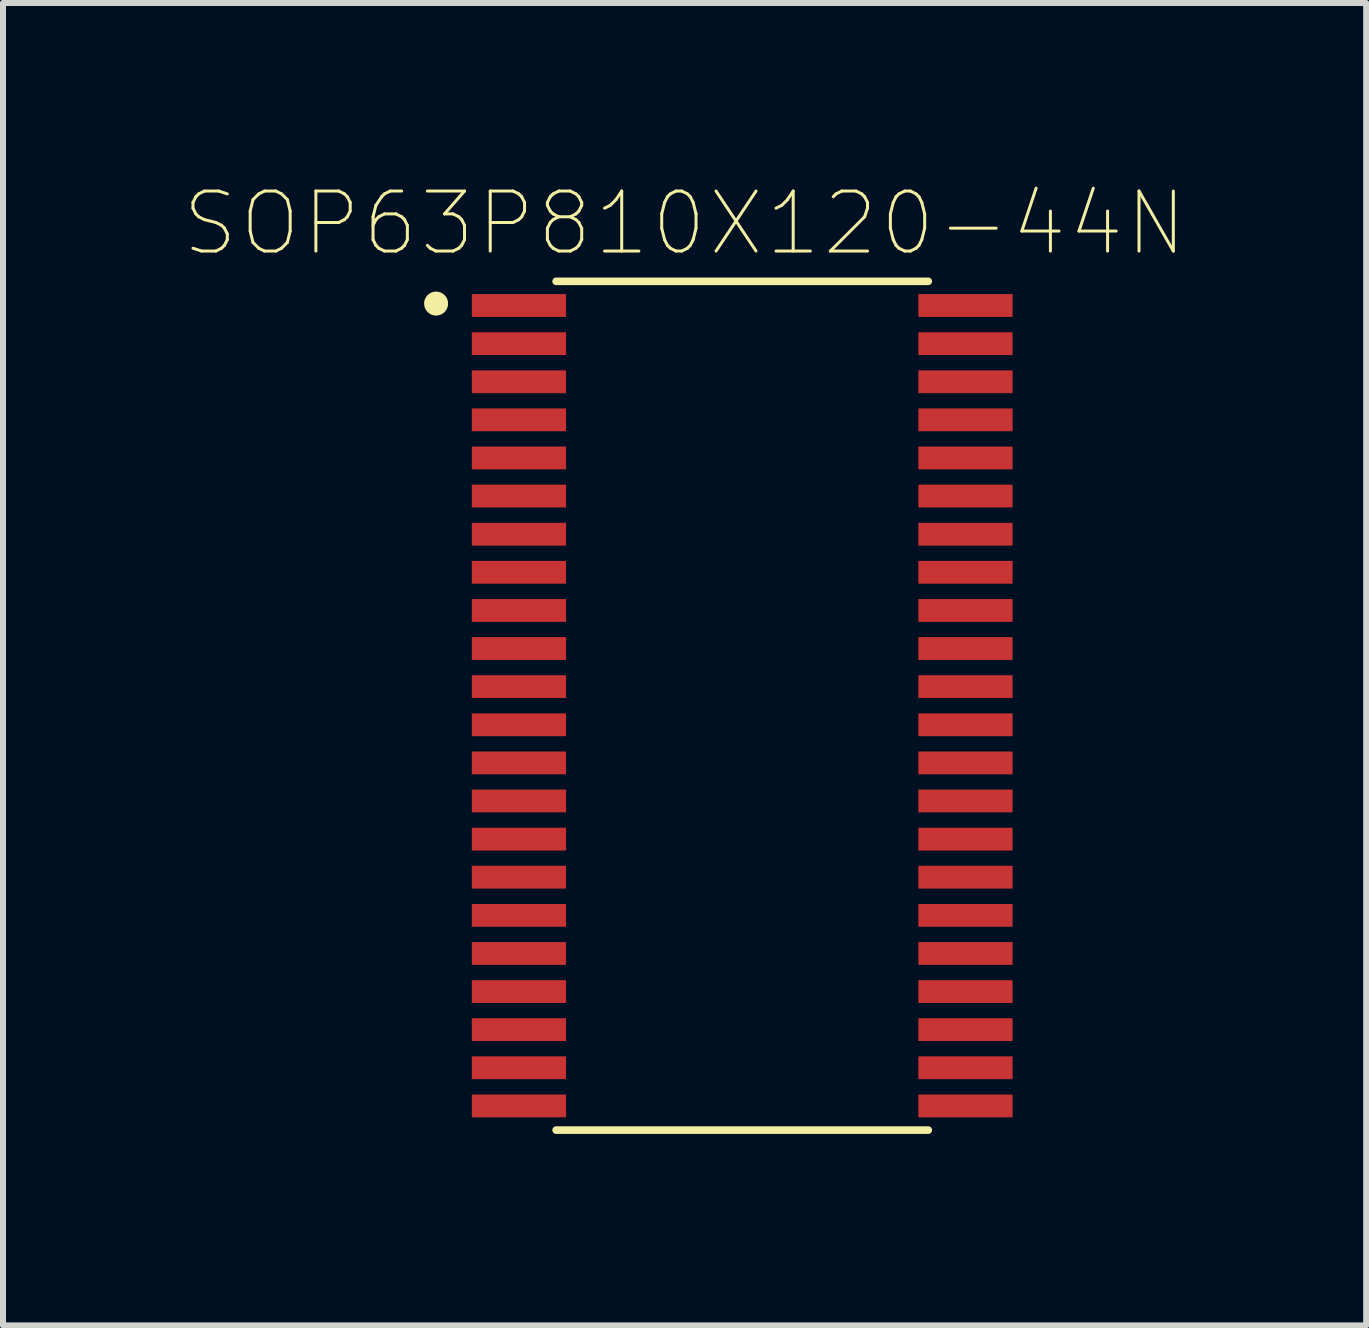
<source format=kicad_pcb>
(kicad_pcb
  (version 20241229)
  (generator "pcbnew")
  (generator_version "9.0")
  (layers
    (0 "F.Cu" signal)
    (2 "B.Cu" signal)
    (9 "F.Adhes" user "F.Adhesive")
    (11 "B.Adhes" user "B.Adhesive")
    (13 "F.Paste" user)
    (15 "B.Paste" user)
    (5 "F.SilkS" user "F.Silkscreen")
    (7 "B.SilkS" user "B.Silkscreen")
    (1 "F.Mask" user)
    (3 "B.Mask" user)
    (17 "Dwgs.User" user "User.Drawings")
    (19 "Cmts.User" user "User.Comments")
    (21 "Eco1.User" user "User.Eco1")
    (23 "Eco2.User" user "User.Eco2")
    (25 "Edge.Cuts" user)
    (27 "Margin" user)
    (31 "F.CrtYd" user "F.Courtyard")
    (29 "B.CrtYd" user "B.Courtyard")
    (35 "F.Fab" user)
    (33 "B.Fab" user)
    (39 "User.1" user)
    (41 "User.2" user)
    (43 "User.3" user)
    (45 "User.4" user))
  (footprint "SOP63P810X120-44N"
    (layer "F.Cu")
    (at 9.316 8.708)
    (property "Reference" "SOP63P810X120-44N" (at -0.96 -8.035 0) (layer "F.SilkS") (effects (font (size 1 1) (thickness 0.05))))
    (attr smd)
    (fp_line (start -3.1 -7.071) (end 3.1 -7.071) (stroke (width 0.127) (type solid)) (layer "F.SilkS"))
    (fp_line (start -3.1 7.071) (end 3.1 7.071) (stroke (width 0.127) (type solid)) (layer "F.SilkS"))
    (fp_circle (center -5.1 -6.7) (end -5 -6.7) (stroke (width 0.2) (type solid)) (fill no) (layer "F.SilkS"))
    (fp_line (start -4.76 -7.11) (end -3.35 -7.11) (stroke (width 0.05) (type solid)) (layer "Eco1.User"))
    (fp_line (start -4.76 7.11) (end -4.76 -7.11) (stroke (width 0.05) (type solid)) (layer "Eco1.User"))
    (fp_line (start -3.35 -7.3) (end 3.35 -7.3) (stroke (width 0.05) (type solid)) (layer "Eco1.User"))
    (fp_line (start -3.35 -7.11) (end -3.35 -7.3) (stroke (width 0.05) (type solid)) (layer "Eco1.User"))
    (fp_line (start -3.35 7.11) (end -4.76 7.11) (stroke (width 0.05) (type solid)) (layer "Eco1.User"))
    (fp_line (start -3.35 7.3) (end -3.35 7.11) (stroke (width 0.05) (type solid)) (layer "Eco1.User"))
    (fp_line (start 3.35 -7.3) (end 3.35 -7.11) (stroke (width 0.05) (type solid)) (layer "Eco1.User"))
    (fp_line (start 3.35 -7.11) (end 4.76 -7.11) (stroke (width 0.05) (type solid)) (layer "Eco1.User"))
    (fp_line (start 3.35 7.11) (end 3.35 7.3) (stroke (width 0.05) (type solid)) (layer "Eco1.User"))
    (fp_line (start 3.35 7.3) (end -3.35 7.3) (stroke (width 0.05) (type solid)) (layer "Eco1.User"))
    (fp_line (start 4.76 -7.11) (end 4.76 7.11) (stroke (width 0.05) (type solid)) (layer "Eco1.User"))
    (fp_line (start 4.76 7.11) (end 3.35 7.11) (stroke (width 0.05) (type solid)) (layer "Eco1.User"))
    (fp_line (start -3.1 -7.05) (end 3.1 -7.05) (stroke (width 0.127) (type solid)) (layer "Eco2.User"))
    (fp_line (start -3.1 7.05) (end -3.1 -7.05) (stroke (width 0.127) (type solid)) (layer "Eco2.User"))
    (fp_line (start 3.1 -7.05) (end 3.1 7.05) (stroke (width 0.127) (type solid)) (layer "Eco2.User"))
    (fp_line (start 3.1 7.05) (end -3.1 7.05) (stroke (width 0.127) (type solid)) (layer "Eco2.User"))
    (fp_circle (center -5.1 -6.7) (end -5 -6.7) (stroke (width 0.2) (type solid)) (fill no) (layer "Eco2.User"))
    (pad "1" smd rect (at -3.72 -6.668) (size 1.57 0.38) (layers "F.Cu" "F.Mask" "F.Paste"))
    (pad "2" smd rect (at -3.72 -6.032) (size 1.57 0.38) (layers "F.Cu" "F.Mask" "F.Paste"))
    (pad "3" smd rect (at -3.72 -5.397) (size 1.57 0.38) (layers "F.Cu" "F.Mask" "F.Paste"))
    (pad "4" smd rect (at -3.72 -4.763) (size 1.57 0.38) (layers "F.Cu" "F.Mask" "F.Paste"))
    (pad "5" smd rect (at -3.72 -4.128) (size 1.57 0.38) (layers "F.Cu" "F.Mask" "F.Paste"))
    (pad "6" smd rect (at -3.72 -3.493) (size 1.57 0.38) (layers "F.Cu" "F.Mask" "F.Paste"))
    (pad "7" smd rect (at -3.72 -2.857) (size 1.57 0.38) (layers "F.Cu" "F.Mask" "F.Paste"))
    (pad "8" smd rect (at -3.72 -2.223) (size 1.57 0.38) (layers "F.Cu" "F.Mask" "F.Paste"))
    (pad "9" smd rect (at -3.72 -1.587) (size 1.57 0.38) (layers "F.Cu" "F.Mask" "F.Paste"))
    (pad "10" smd rect (at -3.72 -0.953) (size 1.57 0.38) (layers "F.Cu" "F.Mask" "F.Paste"))
    (pad "11" smd rect (at -3.72 -0.318) (size 1.57 0.38) (layers "F.Cu" "F.Mask" "F.Paste"))
    (pad "12" smd rect (at -3.72 0.318) (size 1.57 0.38) (layers "F.Cu" "F.Mask" "F.Paste"))
    (pad "13" smd rect (at -3.72 0.953) (size 1.57 0.38) (layers "F.Cu" "F.Mask" "F.Paste"))
    (pad "14" smd rect (at -3.72 1.587) (size 1.57 0.38) (layers "F.Cu" "F.Mask" "F.Paste"))
    (pad "15" smd rect (at -3.72 2.223) (size 1.57 0.38) (layers "F.Cu" "F.Mask" "F.Paste"))
    (pad "16" smd rect (at -3.72 2.857) (size 1.57 0.38) (layers "F.Cu" "F.Mask" "F.Paste"))
    (pad "17" smd rect (at -3.72 3.493) (size 1.57 0.38) (layers "F.Cu" "F.Mask" "F.Paste"))
    (pad "18" smd rect (at -3.72 4.128) (size 1.57 0.38) (layers "F.Cu" "F.Mask" "F.Paste"))
    (pad "19" smd rect (at -3.72 4.763) (size 1.57 0.38) (layers "F.Cu" "F.Mask" "F.Paste"))
    (pad "20" smd rect (at -3.72 5.397) (size 1.57 0.38) (layers "F.Cu" "F.Mask" "F.Paste"))
    (pad "21" smd rect (at -3.72 6.032) (size 1.57 0.38) (layers "F.Cu" "F.Mask" "F.Paste"))
    (pad "22" smd rect (at -3.72 6.668) (size 1.57 0.38) (layers "F.Cu" "F.Mask" "F.Paste"))
    (pad "23" smd rect (at 3.72 6.668 180) (size 1.57 0.38) (layers "F.Cu" "F.Mask" "F.Paste"))
    (pad "24" smd rect (at 3.72 6.032 180) (size 1.57 0.38) (layers "F.Cu" "F.Mask" "F.Paste"))
    (pad "25" smd rect (at 3.72 5.397 180) (size 1.57 0.38) (layers "F.Cu" "F.Mask" "F.Paste"))
    (pad "26" smd rect (at 3.72 4.763 180) (size 1.57 0.38) (layers "F.Cu" "F.Mask" "F.Paste"))
    (pad "27" smd rect (at 3.72 4.128 180) (size 1.57 0.38) (layers "F.Cu" "F.Mask" "F.Paste"))
    (pad "28" smd rect (at 3.72 3.493 180) (size 1.57 0.38) (layers "F.Cu" "F.Mask" "F.Paste"))
    (pad "29" smd rect (at 3.72 2.857 180) (size 1.57 0.38) (layers "F.Cu" "F.Mask" "F.Paste"))
    (pad "30" smd rect (at 3.72 2.223 180) (size 1.57 0.38) (layers "F.Cu" "F.Mask" "F.Paste"))
    (pad "31" smd rect (at 3.72 1.587 180) (size 1.57 0.38) (layers "F.Cu" "F.Mask" "F.Paste"))
    (pad "32" smd rect (at 3.72 0.953 180) (size 1.57 0.38) (layers "F.Cu" "F.Mask" "F.Paste"))
    (pad "33" smd rect (at 3.72 0.318 180) (size 1.57 0.38) (layers "F.Cu" "F.Mask" "F.Paste"))
    (pad "34" smd rect (at 3.72 -0.318 180) (size 1.57 0.38) (layers "F.Cu" "F.Mask" "F.Paste"))
    (pad "35" smd rect (at 3.72 -0.953 180) (size 1.57 0.38) (layers "F.Cu" "F.Mask" "F.Paste"))
    (pad "36" smd rect (at 3.72 -1.587 180) (size 1.57 0.38) (layers "F.Cu" "F.Mask" "F.Paste"))
    (pad "37" smd rect (at 3.72 -2.223 180) (size 1.57 0.38) (layers "F.Cu" "F.Mask" "F.Paste"))
    (pad "38" smd rect (at 3.72 -2.857 180) (size 1.57 0.38) (layers "F.Cu" "F.Mask" "F.Paste"))
    (pad "39" smd rect (at 3.72 -3.493 180) (size 1.57 0.38) (layers "F.Cu" "F.Mask" "F.Paste"))
    (pad "40" smd rect (at 3.72 -4.128 180) (size 1.57 0.38) (layers "F.Cu" "F.Mask" "F.Paste"))
    (pad "41" smd rect (at 3.72 -4.763 180) (size 1.57 0.38) (layers "F.Cu" "F.Mask" "F.Paste"))
    (pad "42" smd rect (at 3.72 -5.397 180) (size 1.57 0.38) (layers "F.Cu" "F.Mask" "F.Paste"))
    (pad "43" smd rect (at 3.72 -6.032 180) (size 1.57 0.38) (layers "F.Cu" "F.Mask" "F.Paste"))
    (pad "44" smd rect (at 3.72 -6.668 180) (size 1.57 0.38) (layers "F.Cu" "F.Mask" "F.Paste")))
  (gr_rect
    (start -3 -3)
    (end 19.712 19.033)
    (stroke (width 0.1) (type default))
    (fill no)
    (layer "Edge.Cuts")))
</source>
